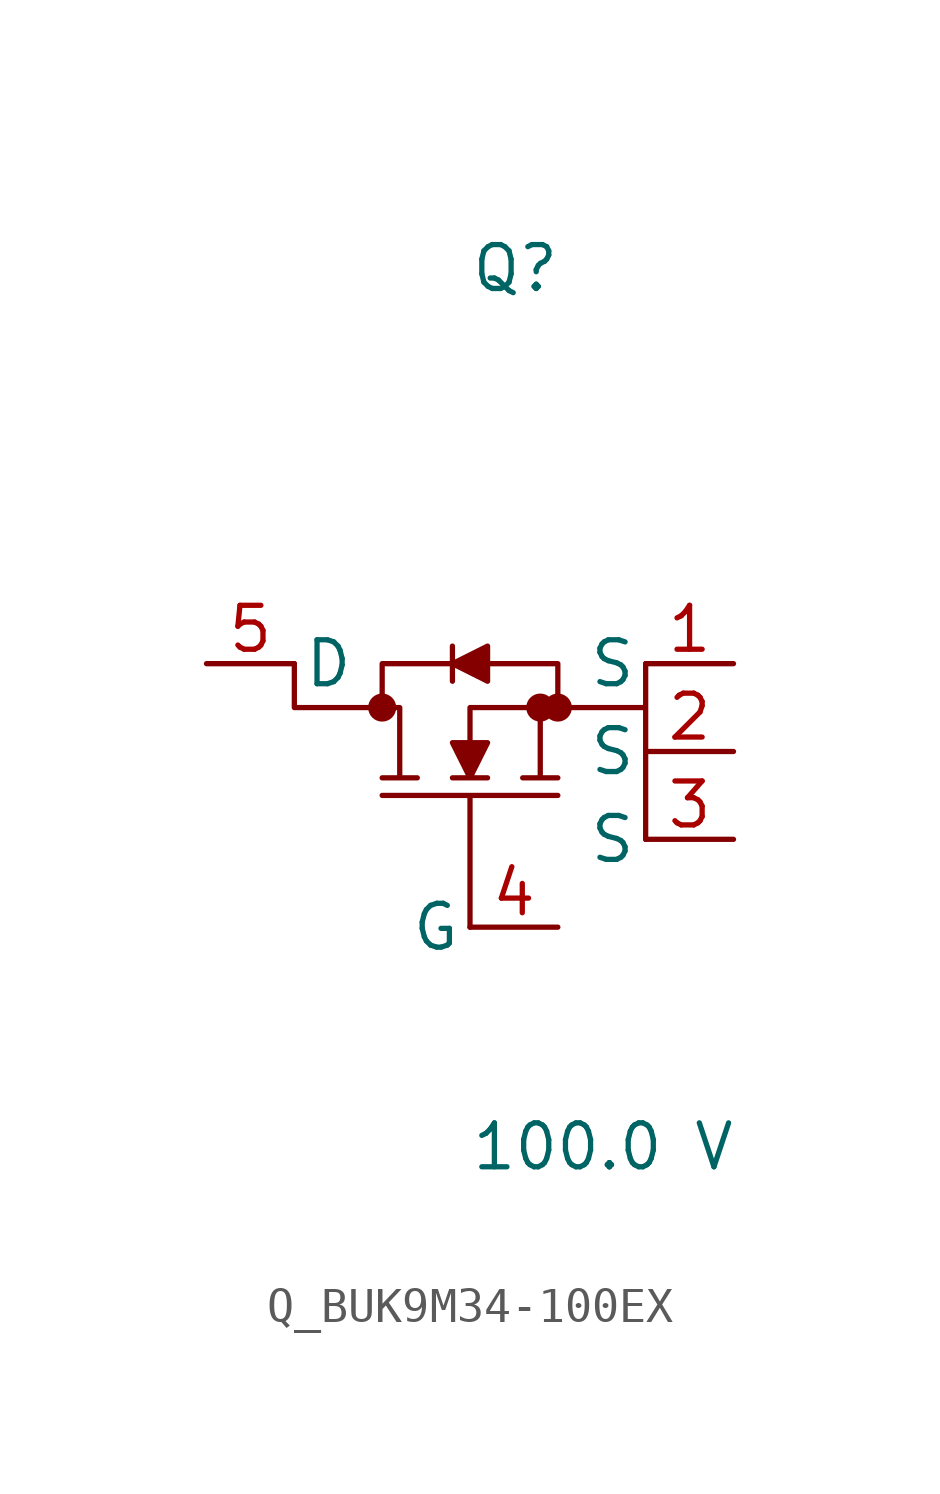
<source format=kicad_sym>
(kicad_symbol_lib
  (version 20231120)
  (generator kicad_symbol_editor)
  (generator_version 8.0)
  (symbol "Q_BUK9M34-100EX"
    (pin_names
      (offset 0.254))
    (property "Reference" "Q"
      (at 0.0 12.7 0)
      (effects (font (size 1.27 1.27)) (justify left)))
    (property "Value" "100.0 V"
      (at 0.0 -12.7 0)
      (effects (font (size 1.27 1.27)) (justify left)))
    (symbol "Q_BUK9M34-100EX_1_0"
      (polyline (pts (xy 0 -6.35) (xy 0 -2.54) (xy -2.54 -2.54) (xy 2.54 -2.54) (xy 0 -2.54) (xy 0 -6.35)) (stroke (width 0) (type default)) (fill (type none)))
      (polyline (pts (xy 5.08 1.27) (xy 5.08 0) (xy 2.54 0) (xy 2.54 1.27) (xy 0.508 1.27) (xy 0.508 1.778) (xy -0.508 1.27) (xy -0.508 1.778) (xy -0.508 1.27) (xy -2.54 1.27) (xy -2.54 0) (xy -5.08 0) (xy -5.08 1.27) (xy -5.08 0) (xy -2.032 0) (xy -2.032 -2.032) (xy -2.54 -2.032) (xy -1.524 -2.032) (xy -2.032 -2.032) (xy -2.032 0) (xy -2.54 0) (xy -2.54 1.27) (xy -0.508 1.27) (xy -0.508 0.762) (xy -0.508 1.27) (xy 0.508 0.762) (xy 0.508 1.27) (xy 2.54 1.27) (xy 2.54 0) (xy 0 0) (xy 0 -1.016) (xy -0.508 -1.016) (xy 0 -2.032) (xy -0.508 -2.032) (xy 0.508 -2.032) (xy 0 -2.032) (xy 0.508 -1.016) (xy 0 -1.016) (xy 0 0) (xy 2.032 0) (xy 2.032 -2.032) (xy 1.524 -2.032) (xy 2.54 -2.032) (xy 2.032 -2.032) (xy 2.032 0) (xy 5.08 0) (xy 5.08 -3.81)) (stroke (width 0) (type default)) (fill (type outline)))
      (circle (center -2.54 0) (radius 0.025) (stroke (width 0.381) (type default)) (fill (type none)))
      (circle (center 2.032 0) (radius 0.025) (stroke (width 0.381) (type default)) (fill (type none)))
      (circle (center 2.54 0) (radius 0.025) (stroke (width 0.381) (type default)) (fill (type none)))
      (pin unspecified line (at -7.62 1.27 0) (length 2.54) (name "D" (effects (font (size 1.27 1.27)))) (number "5" (effects (font (size 1.27 1.27)))))
      (pin unspecified line (at 7.62 1.27 180) (length 2.54) (name "S" (effects (font (size 1.27 1.27)))) (number "1" (effects (font (size 1.27 1.27)))))
      (pin unspecified line (at 7.62 -1.27 180) (length 2.54) (name "S" (effects (font (size 1.27 1.27)))) (number "2" (effects (font (size 1.27 1.27)))))
      (pin unspecified line (at 7.62 -3.81 180) (length 2.54) (name "S" (effects (font (size 1.27 1.27)))) (number "3" (effects (font (size 1.27 1.27)))))
      (pin unspecified line (at 2.54 -6.35 180) (length 2.54) (name "G" (effects (font (size 1.27 1.27)))) (number "4" (effects (font (size 1.27 1.27))))))))
</source>
